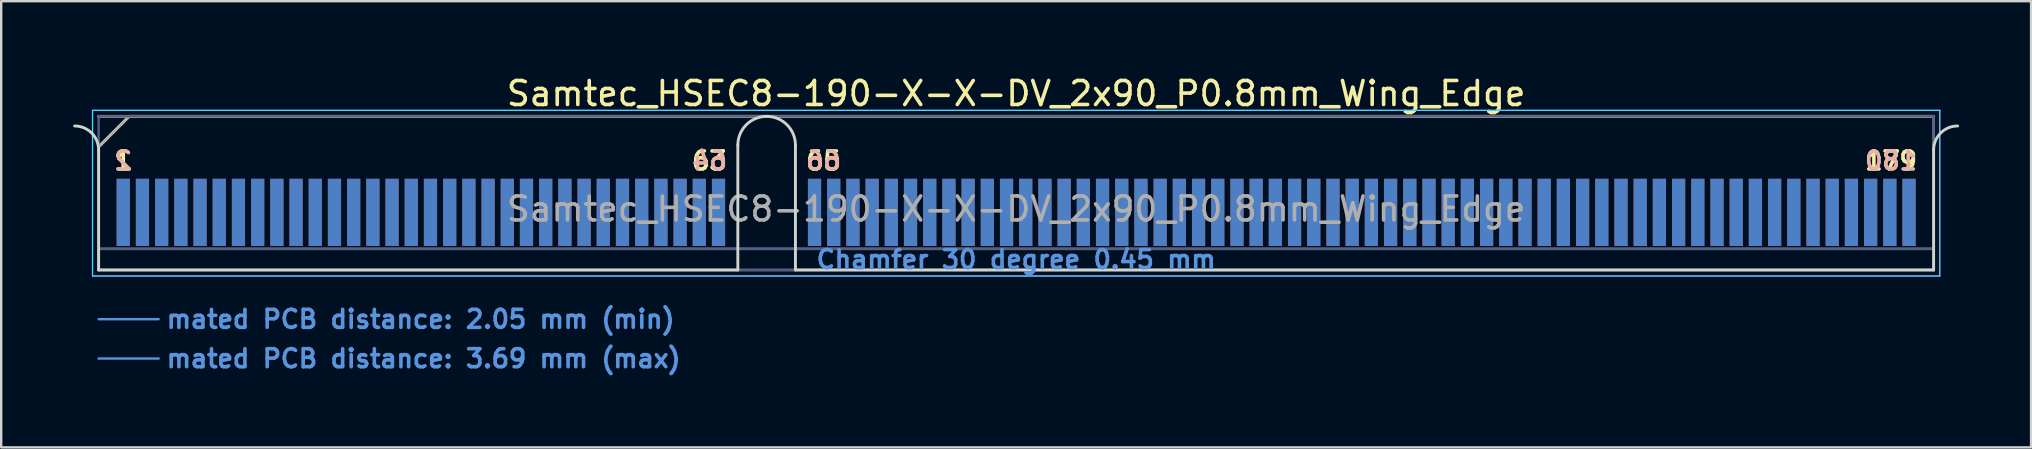
<source format=kicad_pcb>
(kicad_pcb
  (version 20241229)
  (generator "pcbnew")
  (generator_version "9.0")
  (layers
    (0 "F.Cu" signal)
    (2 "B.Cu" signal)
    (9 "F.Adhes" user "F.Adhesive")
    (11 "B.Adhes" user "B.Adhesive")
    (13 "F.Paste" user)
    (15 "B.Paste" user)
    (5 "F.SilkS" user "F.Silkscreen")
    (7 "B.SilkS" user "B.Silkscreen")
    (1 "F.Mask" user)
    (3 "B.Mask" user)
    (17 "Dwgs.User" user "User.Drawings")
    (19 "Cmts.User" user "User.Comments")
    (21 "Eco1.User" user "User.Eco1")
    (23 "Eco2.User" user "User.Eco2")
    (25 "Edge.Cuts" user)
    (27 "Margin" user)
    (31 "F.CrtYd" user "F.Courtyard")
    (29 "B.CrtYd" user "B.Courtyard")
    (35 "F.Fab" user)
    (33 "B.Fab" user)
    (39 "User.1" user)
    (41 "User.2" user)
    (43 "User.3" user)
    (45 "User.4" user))
  (footprint "Samtec_HSEC8-190-X-X-DV_2x90_P0.8mm_Wing_Edge"
    (layer "F.Cu")
    (at 39.285 8.198)
    (property "Reference" "Samtec_HSEC8-190-X-X-DV_2x90_P0.8mm_Wing_Edge" (at 0 -7.35 0) (layer "F.SilkS") (effects (font (size 1 1) (thickness 0.15))))
    (attr exclude_from_pos_files exclude_from_bom)
    (fp_line (start -38.225 -5.13) (end -36.955 -6.4) (stroke (width 0.12) (type solid)) (layer "F.SilkS"))
    (fp_line (start -36.955 -6.4) (end 38.225 -6.4) (stroke (width 0.12) (type solid)) (layer "F.SilkS"))
    (fp_line (start -38.225 -6.4) (end -38.225 -6.4) (stroke (width 0.12) (type solid)) (layer "B.SilkS"))
    (fp_line (start -38.225 -6.4) (end 38.225 -6.4) (stroke (width 0.12) (type solid)) (layer "B.SilkS"))
    (fp_line (start -38.225 2.05) (end -35.725 2.05) (stroke (width 0.1) (type solid)) (layer "Cmts.User"))
    (fp_line (start -38.225 3.69) (end -35.725 3.69) (stroke (width 0.1) (type solid)) (layer "Cmts.User"))
    (fp_line (start -38.225 -5) (end -38.225 0) (stroke (width 0.12) (type solid)) (layer "Edge.Cuts"))
    (fp_line (start -38.225 0) (end -11.595 0) (stroke (width 0.12) (type solid)) (layer "Edge.Cuts"))
    (fp_line (start -11.595 0) (end -11.595 -5.2) (stroke (width 0.12) (type solid)) (layer "Edge.Cuts"))
    (fp_line (start -9.195 -5.2) (end -9.195 0) (stroke (width 0.12) (type solid)) (layer "Edge.Cuts"))
    (fp_line (start -9.195 0) (end 38.225 0) (stroke (width 0.12) (type solid)) (layer "Edge.Cuts"))
    (fp_line (start 38.225 0) (end 38.225 -5) (stroke (width 0.12) (type solid)) (layer "Edge.Cuts"))
    (fp_arc (start -39.225 -6) (mid -38.517893 -5.707107) (end -38.225 -5) (stroke (width 0.12) (type solid)) (layer "Edge.Cuts"))
    (fp_arc (start -11.595 -5.2) (mid -10.395 -6.4) (end -9.195 -5.2) (stroke (width 0.12) (type solid)) (layer "Edge.Cuts"))
    (fp_arc (start 38.225 -5) (mid 38.517893 -5.707107) (end 39.225 -6) (stroke (width 0.12) (type solid)) (layer "Edge.Cuts"))
    (fp_line (start -38.48 -6.65) (end -38.48 0.25) (stroke (width 0.05) (type solid)) (layer "B.CrtYd"))
    (fp_line (start -38.48 0.25) (end 38.48 0.25) (stroke (width 0.05) (type solid)) (layer "B.CrtYd"))
    (fp_line (start 38.48 -6.65) (end -38.48 -6.65) (stroke (width 0.05) (type solid)) (layer "B.CrtYd"))
    (fp_line (start 38.48 0.25) (end 38.48 -6.65) (stroke (width 0.05) (type solid)) (layer "B.CrtYd"))
    (fp_line (start -38.48 -6.65) (end -38.48 0.25) (stroke (width 0.05) (type solid)) (layer "F.CrtYd"))
    (fp_line (start -38.48 0.25) (end 38.48 0.25) (stroke (width 0.05) (type solid)) (layer "F.CrtYd"))
    (fp_line (start 38.48 -6.65) (end -38.48 -6.65) (stroke (width 0.05) (type solid)) (layer "F.CrtYd"))
    (fp_line (start 38.48 0.25) (end 38.48 -6.65) (stroke (width 0.05) (type solid)) (layer "F.CrtYd"))
    (fp_line (start -38.225 -6.4) (end -38.225 -6.4) (stroke (width 0.1) (type solid)) (layer "B.Fab"))
    (fp_line (start -38.225 -6.4) (end -38.225 0) (stroke (width 0.1) (type solid)) (layer "B.Fab"))
    (fp_line (start -38.225 -6.4) (end 38.225 -6.4) (stroke (width 0.1) (type solid)) (layer "B.Fab"))
    (fp_line (start -38.225 -0.88) (end 38.225 -0.88) (stroke (width 0.1) (type solid)) (layer "B.Fab"))
    (fp_line (start -38.225 0) (end 38.225 0) (stroke (width 0.1) (type solid)) (layer "B.Fab"))
    (fp_line (start 38.225 -6.4) (end 38.225 0) (stroke (width 0.1) (type solid)) (layer "B.Fab"))
    (fp_line (start -38.225 -5.13) (end -38.225 0) (stroke (width 0.1) (type solid)) (layer "F.Fab"))
    (fp_line (start -38.225 -5.13) (end -36.955 -6.4) (stroke (width 0.1) (type solid)) (layer "F.Fab"))
    (fp_line (start -38.225 -0.88) (end 38.225 -0.88) (stroke (width 0.1) (type solid)) (layer "F.Fab"))
    (fp_line (start -38.225 0) (end 38.225 0) (stroke (width 0.1) (type solid)) (layer "F.Fab"))
    (fp_line (start -36.955 -6.4) (end 38.225 -6.4) (stroke (width 0.1) (type solid)) (layer "F.Fab"))
    (fp_line (start 38.225 -6.4) (end 38.225 0) (stroke (width 0.1) (type solid)) (layer "F.Fab"))
    (fp_text user "63" (at -12.775 -4.55 0) (layer "F.SilkS") (effects (font (size 0.75 0.75) (thickness 0.15))))
    (fp_text user "179" (at 36.45 -4.55 0) (layer "F.SilkS") (effects (font (size 0.75 0.75) (thickness 0.15))))
    (fp_text user "1" (at -37.2 -4.55 0) (layer "F.SilkS") (effects (font (size 0.75 0.75) (thickness 0.15))))
    (fp_text user "65" (at -8.025 -4.55 0) (layer "F.SilkS") (effects (font (size 0.75 0.75) (thickness 0.15))))
    (fp_text user "66" (at -8.025 -4.55 0) (layer "B.SilkS") (effects (font (size 0.75 0.75) (thickness 0.15)) (justify mirror)))
    (fp_text user "64" (at -12.775 -4.55 0) (layer "B.SilkS") (effects (font (size 0.75 0.75) (thickness 0.15)) (justify mirror)))
    (fp_text user "2" (at -37.2 -4.55 0) (layer "B.SilkS") (effects (font (size 0.75 0.75) (thickness 0.15)) (justify mirror)))
    (fp_text user "180" (at 36.45 -4.55 0) (layer "B.SilkS") (effects (font (size 0.75 0.75) (thickness 0.15)) (justify mirror)))
    (fp_text user "mated PCB distance: 2.05 mm (min)" (at -35.48 2.05 0) (layer "Cmts.User") (effects (font (size 0.75 0.75) (thickness 0.15)) (justify left)))
    (fp_text user "Chamfer 30 degree 0.45 mm" (at 0 -0.44 0) (layer "Cmts.User") (effects (font (size 0.75 0.75) (thickness 0.15))))
    (fp_text user "mated PCB distance: 3.69 mm (max)" (at -35.48 3.69 0) (layer "Cmts.User") (effects (font (size 0.75 0.75) (thickness 0.15)) (justify left)))
    (fp_text user "${REFERENCE}" (at 0 -2.54 0) (layer "F.Fab") (effects (font (size 1 1) (thickness 0.15))))
    (pad "1" connect rect (at -37.2 -2.4) (size 0.55 2.8) (layers "F.Cu" "F.Mask"))
    (pad "2" connect rect (at -37.2 -2.4) (size 0.55 2.8) (layers "B.Cu" "B.Mask"))
    (pad "3" connect rect (at -36.4 -2.4) (size 0.55 2.8) (layers "F.Cu" "F.Mask"))
    (pad "4" connect rect (at -36.4 -2.4) (size 0.55 2.8) (layers "B.Cu" "B.Mask"))
    (pad "5" connect rect (at -35.6 -2.4) (size 0.55 2.8) (layers "F.Cu" "F.Mask"))
    (pad "6" connect rect (at -35.6 -2.4) (size 0.55 2.8) (layers "B.Cu" "B.Mask"))
    (pad "7" connect rect (at -34.8 -2.4) (size 0.55 2.8) (layers "F.Cu" "F.Mask"))
    (pad "8" connect rect (at -34.8 -2.4) (size 0.55 2.8) (layers "B.Cu" "B.Mask"))
    (pad "9" connect rect (at -34 -2.4) (size 0.55 2.8) (layers "F.Cu" "F.Mask"))
    (pad "10" connect rect (at -34 -2.4) (size 0.55 2.8) (layers "B.Cu" "B.Mask"))
    (pad "11" connect rect (at -33.2 -2.4) (size 0.55 2.8) (layers "F.Cu" "F.Mask"))
    (pad "12" connect rect (at -33.2 -2.4) (size 0.55 2.8) (layers "B.Cu" "B.Mask"))
    (pad "13" connect rect (at -32.4 -2.4) (size 0.55 2.8) (layers "F.Cu" "F.Mask"))
    (pad "14" connect rect (at -32.4 -2.4) (size 0.55 2.8) (layers "B.Cu" "B.Mask"))
    (pad "15" connect rect (at -31.6 -2.4) (size 0.55 2.8) (layers "F.Cu" "F.Mask"))
    (pad "16" connect rect (at -31.6 -2.4) (size 0.55 2.8) (layers "B.Cu" "B.Mask"))
    (pad "17" connect rect (at -30.8 -2.4) (size 0.55 2.8) (layers "F.Cu" "F.Mask"))
    (pad "18" connect rect (at -30.8 -2.4) (size 0.55 2.8) (layers "B.Cu" "B.Mask"))
    (pad "19" connect rect (at -30 -2.4) (size 0.55 2.8) (layers "F.Cu" "F.Mask"))
    (pad "20" connect rect (at -30 -2.4) (size 0.55 2.8) (layers "B.Cu" "B.Mask"))
    (pad "21" connect rect (at -29.2 -2.4) (size 0.55 2.8) (layers "F.Cu" "F.Mask"))
    (pad "22" connect rect (at -29.2 -2.4) (size 0.55 2.8) (layers "B.Cu" "B.Mask"))
    (pad "23" connect rect (at -28.4 -2.4) (size 0.55 2.8) (layers "F.Cu" "F.Mask"))
    (pad "24" connect rect (at -28.4 -2.4) (size 0.55 2.8) (layers "B.Cu" "B.Mask"))
    (pad "25" connect rect (at -27.6 -2.4) (size 0.55 2.8) (layers "F.Cu" "F.Mask"))
    (pad "26" connect rect (at -27.6 -2.4) (size 0.55 2.8) (layers "B.Cu" "B.Mask"))
    (pad "27" connect rect (at -26.8 -2.4) (size 0.55 2.8) (layers "F.Cu" "F.Mask"))
    (pad "28" connect rect (at -26.8 -2.4) (size 0.55 2.8) (layers "B.Cu" "B.Mask"))
    (pad "29" connect rect (at -26 -2.4) (size 0.55 2.8) (layers "F.Cu" "F.Mask"))
    (pad "30" connect rect (at -26 -2.4) (size 0.55 2.8) (layers "B.Cu" "B.Mask"))
    (pad "31" connect rect (at -25.2 -2.4) (size 0.55 2.8) (layers "F.Cu" "F.Mask"))
    (pad "32" connect rect (at -25.2 -2.4) (size 0.55 2.8) (layers "B.Cu" "B.Mask"))
    (pad "33" connect rect (at -24.4 -2.4) (size 0.55 2.8) (layers "F.Cu" "F.Mask"))
    (pad "34" connect rect (at -24.4 -2.4) (size 0.55 2.8) (layers "B.Cu" "B.Mask"))
    (pad "35" connect rect (at -23.6 -2.4) (size 0.55 2.8) (layers "F.Cu" "F.Mask"))
    (pad "36" connect rect (at -23.6 -2.4) (size 0.55 2.8) (layers "B.Cu" "B.Mask"))
    (pad "37" connect rect (at -22.8 -2.4) (size 0.55 2.8) (layers "F.Cu" "F.Mask"))
    (pad "38" connect rect (at -22.8 -2.4) (size 0.55 2.8) (layers "B.Cu" "B.Mask"))
    (pad "39" connect rect (at -22 -2.4) (size 0.55 2.8) (layers "F.Cu" "F.Mask"))
    (pad "40" connect rect (at -22 -2.4) (size 0.55 2.8) (layers "B.Cu" "B.Mask"))
    (pad "41" connect rect (at -21.2 -2.4) (size 0.55 2.8) (layers "F.Cu" "F.Mask"))
    (pad "42" connect rect (at -21.2 -2.4) (size 0.55 2.8) (layers "B.Cu" "B.Mask"))
    (pad "43" connect rect (at -20.4 -2.4) (size 0.55 2.8) (layers "F.Cu" "F.Mask"))
    (pad "44" connect rect (at -20.4 -2.4) (size 0.55 2.8) (layers "B.Cu" "B.Mask"))
    (pad "45" connect rect (at -19.6 -2.4) (size 0.55 2.8) (layers "F.Cu" "F.Mask"))
    (pad "46" connect rect (at -19.6 -2.4) (size 0.55 2.8) (layers "B.Cu" "B.Mask"))
    (pad "47" connect rect (at -18.8 -2.4) (size 0.55 2.8) (layers "F.Cu" "F.Mask"))
    (pad "48" connect rect (at -18.8 -2.4) (size 0.55 2.8) (layers "B.Cu" "B.Mask"))
    (pad "49" connect rect (at -18 -2.4) (size 0.55 2.8) (layers "F.Cu" "F.Mask"))
    (pad "50" connect rect (at -18 -2.4) (size 0.55 2.8) (layers "B.Cu" "B.Mask"))
    (pad "51" connect rect (at -17.2 -2.4) (size 0.55 2.8) (layers "F.Cu" "F.Mask"))
    (pad "52" connect rect (at -17.2 -2.4) (size 0.55 2.8) (layers "B.Cu" "B.Mask"))
    (pad "53" connect rect (at -16.4 -2.4) (size 0.55 2.8) (layers "F.Cu" "F.Mask"))
    (pad "54" connect rect (at -16.4 -2.4) (size 0.55 2.8) (layers "B.Cu" "B.Mask"))
    (pad "55" connect rect (at -15.6 -2.4) (size 0.55 2.8) (layers "F.Cu" "F.Mask"))
    (pad "56" connect rect (at -15.6 -2.4) (size 0.55 2.8) (layers "B.Cu" "B.Mask"))
    (pad "57" connect rect (at -14.8 -2.4) (size 0.55 2.8) (layers "F.Cu" "F.Mask"))
    (pad "58" connect rect (at -14.8 -2.4) (size 0.55 2.8) (layers "B.Cu" "B.Mask"))
    (pad "59" connect rect (at -14 -2.4) (size 0.55 2.8) (layers "F.Cu" "F.Mask"))
    (pad "60" connect rect (at -14 -2.4) (size 0.55 2.8) (layers "B.Cu" "B.Mask"))
    (pad "61" connect rect (at -13.2 -2.4) (size 0.55 2.8) (layers "F.Cu" "F.Mask"))
    (pad "62" connect rect (at -13.2 -2.4) (size 0.55 2.8) (layers "B.Cu" "B.Mask"))
    (pad "63" connect rect (at -12.4 -2.4) (size 0.55 2.8) (layers "F.Cu" "F.Mask"))
    (pad "64" connect rect (at -12.4 -2.4) (size 0.55 2.8) (layers "B.Cu" "B.Mask"))
    (pad "65" connect rect (at -8.4 -2.4) (size 0.55 2.8) (layers "F.Cu" "F.Mask"))
    (pad "66" connect rect (at -8.4 -2.4) (size 0.55 2.8) (layers "B.Cu" "B.Mask"))
    (pad "67" connect rect (at -7.6 -2.4) (size 0.55 2.8) (layers "F.Cu" "F.Mask"))
    (pad "68" connect rect (at -7.6 -2.4) (size 0.55 2.8) (layers "B.Cu" "B.Mask"))
    (pad "69" connect rect (at -6.8 -2.4) (size 0.55 2.8) (layers "F.Cu" "F.Mask"))
    (pad "70" connect rect (at -6.8 -2.4) (size 0.55 2.8) (layers "B.Cu" "B.Mask"))
    (pad "71" connect rect (at -6 -2.4) (size 0.55 2.8) (layers "F.Cu" "F.Mask"))
    (pad "72" connect rect (at -6 -2.4) (size 0.55 2.8) (layers "B.Cu" "B.Mask"))
    (pad "73" connect rect (at -5.2 -2.4) (size 0.55 2.8) (layers "F.Cu" "F.Mask"))
    (pad "74" connect rect (at -5.2 -2.4) (size 0.55 2.8) (layers "B.Cu" "B.Mask"))
    (pad "75" connect rect (at -4.4 -2.4) (size 0.55 2.8) (layers "F.Cu" "F.Mask"))
    (pad "76" connect rect (at -4.4 -2.4) (size 0.55 2.8) (layers "B.Cu" "B.Mask"))
    (pad "77" connect rect (at -3.6 -2.4) (size 0.55 2.8) (layers "F.Cu" "F.Mask"))
    (pad "78" connect rect (at -3.6 -2.4) (size 0.55 2.8) (layers "B.Cu" "B.Mask"))
    (pad "79" connect rect (at -2.8 -2.4) (size 0.55 2.8) (layers "F.Cu" "F.Mask"))
    (pad "80" connect rect (at -2.8 -2.4) (size 0.55 2.8) (layers "B.Cu" "B.Mask"))
    (pad "81" connect rect (at -2 -2.4) (size 0.55 2.8) (layers "F.Cu" "F.Mask"))
    (pad "82" connect rect (at -2 -2.4) (size 0.55 2.8) (layers "B.Cu" "B.Mask"))
    (pad "83" connect rect (at -1.2 -2.4) (size 0.55 2.8) (layers "F.Cu" "F.Mask"))
    (pad "84" connect rect (at -1.2 -2.4) (size 0.55 2.8) (layers "B.Cu" "B.Mask"))
    (pad "85" connect rect (at -0.4 -2.4) (size 0.55 2.8) (layers "F.Cu" "F.Mask"))
    (pad "86" connect rect (at -0.4 -2.4) (size 0.55 2.8) (layers "B.Cu" "B.Mask"))
    (pad "87" connect rect (at 0.4 -2.4) (size 0.55 2.8) (layers "F.Cu" "F.Mask"))
    (pad "88" connect rect (at 0.4 -2.4) (size 0.55 2.8) (layers "B.Cu" "B.Mask"))
    (pad "89" connect rect (at 1.2 -2.4) (size 0.55 2.8) (layers "F.Cu" "F.Mask"))
    (pad "90" connect rect (at 1.2 -2.4) (size 0.55 2.8) (layers "B.Cu" "B.Mask"))
    (pad "91" connect rect (at 2 -2.4) (size 0.55 2.8) (layers "F.Cu" "F.Mask"))
    (pad "92" connect rect (at 2 -2.4) (size 0.55 2.8) (layers "B.Cu" "B.Mask"))
    (pad "93" connect rect (at 2.8 -2.4) (size 0.55 2.8) (layers "F.Cu" "F.Mask"))
    (pad "94" connect rect (at 2.8 -2.4) (size 0.55 2.8) (layers "B.Cu" "B.Mask"))
    (pad "95" connect rect (at 3.6 -2.4) (size 0.55 2.8) (layers "F.Cu" "F.Mask"))
    (pad "96" connect rect (at 3.6 -2.4) (size 0.55 2.8) (layers "B.Cu" "B.Mask"))
    (pad "97" connect rect (at 4.4 -2.4) (size 0.55 2.8) (layers "F.Cu" "F.Mask"))
    (pad "98" connect rect (at 4.4 -2.4) (size 0.55 2.8) (layers "B.Cu" "B.Mask"))
    (pad "99" connect rect (at 5.2 -2.4) (size 0.55 2.8) (layers "F.Cu" "F.Mask"))
    (pad "100" connect rect (at 5.2 -2.4) (size 0.55 2.8) (layers "B.Cu" "B.Mask"))
    (pad "101" connect rect (at 6 -2.4) (size 0.55 2.8) (layers "F.Cu" "F.Mask"))
    (pad "102" connect rect (at 6 -2.4) (size 0.55 2.8) (layers "B.Cu" "B.Mask"))
    (pad "103" connect rect (at 6.8 -2.4) (size 0.55 2.8) (layers "F.Cu" "F.Mask"))
    (pad "104" connect rect (at 6.8 -2.4) (size 0.55 2.8) (layers "B.Cu" "B.Mask"))
    (pad "105" connect rect (at 7.6 -2.4) (size 0.55 2.8) (layers "F.Cu" "F.Mask"))
    (pad "106" connect rect (at 7.6 -2.4) (size 0.55 2.8) (layers "B.Cu" "B.Mask"))
    (pad "107" connect rect (at 8.4 -2.4) (size 0.55 2.8) (layers "F.Cu" "F.Mask"))
    (pad "108" connect rect (at 8.4 -2.4) (size 0.55 2.8) (layers "B.Cu" "B.Mask"))
    (pad "109" connect rect (at 9.2 -2.4) (size 0.55 2.8) (layers "F.Cu" "F.Mask"))
    (pad "110" connect rect (at 9.2 -2.4) (size 0.55 2.8) (layers "B.Cu" "B.Mask"))
    (pad "111" connect rect (at 10 -2.4) (size 0.55 2.8) (layers "F.Cu" "F.Mask"))
    (pad "112" connect rect (at 10 -2.4) (size 0.55 2.8) (layers "B.Cu" "B.Mask"))
    (pad "113" connect rect (at 10.8 -2.4) (size 0.55 2.8) (layers "F.Cu" "F.Mask"))
    (pad "114" connect rect (at 10.8 -2.4) (size 0.55 2.8) (layers "B.Cu" "B.Mask"))
    (pad "115" connect rect (at 11.6 -2.4) (size 0.55 2.8) (layers "F.Cu" "F.Mask"))
    (pad "116" connect rect (at 11.6 -2.4) (size 0.55 2.8) (layers "B.Cu" "B.Mask"))
    (pad "117" connect rect (at 12.4 -2.4) (size 0.55 2.8) (layers "F.Cu" "F.Mask"))
    (pad "118" connect rect (at 12.4 -2.4) (size 0.55 2.8) (layers "B.Cu" "B.Mask"))
    (pad "119" connect rect (at 13.2 -2.4) (size 0.55 2.8) (layers "F.Cu" "F.Mask"))
    (pad "120" connect rect (at 13.2 -2.4) (size 0.55 2.8) (layers "B.Cu" "B.Mask"))
    (pad "121" connect rect (at 14 -2.4) (size 0.55 2.8) (layers "F.Cu" "F.Mask"))
    (pad "122" connect rect (at 14 -2.4) (size 0.55 2.8) (layers "B.Cu" "B.Mask"))
    (pad "123" connect rect (at 14.8 -2.4) (size 0.55 2.8) (layers "F.Cu" "F.Mask"))
    (pad "124" connect rect (at 14.8 -2.4) (size 0.55 2.8) (layers "B.Cu" "B.Mask"))
    (pad "125" connect rect (at 15.6 -2.4) (size 0.55 2.8) (layers "F.Cu" "F.Mask"))
    (pad "126" connect rect (at 15.6 -2.4) (size 0.55 2.8) (layers "B.Cu" "B.Mask"))
    (pad "127" connect rect (at 16.4 -2.4) (size 0.55 2.8) (layers "F.Cu" "F.Mask"))
    (pad "128" connect rect (at 16.4 -2.4) (size 0.55 2.8) (layers "B.Cu" "B.Mask"))
    (pad "129" connect rect (at 17.2 -2.4) (size 0.55 2.8) (layers "F.Cu" "F.Mask"))
    (pad "130" connect rect (at 17.2 -2.4) (size 0.55 2.8) (layers "B.Cu" "B.Mask"))
    (pad "131" connect rect (at 18 -2.4) (size 0.55 2.8) (layers "F.Cu" "F.Mask"))
    (pad "132" connect rect (at 18 -2.4) (size 0.55 2.8) (layers "B.Cu" "B.Mask"))
    (pad "133" connect rect (at 18.8 -2.4) (size 0.55 2.8) (layers "F.Cu" "F.Mask"))
    (pad "134" connect rect (at 18.8 -2.4) (size 0.55 2.8) (layers "B.Cu" "B.Mask"))
    (pad "135" connect rect (at 19.6 -2.4) (size 0.55 2.8) (layers "F.Cu" "F.Mask"))
    (pad "136" connect rect (at 19.6 -2.4) (size 0.55 2.8) (layers "B.Cu" "B.Mask"))
    (pad "137" connect rect (at 20.4 -2.4) (size 0.55 2.8) (layers "F.Cu" "F.Mask"))
    (pad "138" connect rect (at 20.4 -2.4) (size 0.55 2.8) (layers "B.Cu" "B.Mask"))
    (pad "139" connect rect (at 21.2 -2.4) (size 0.55 2.8) (layers "F.Cu" "F.Mask"))
    (pad "140" connect rect (at 21.2 -2.4) (size 0.55 2.8) (layers "B.Cu" "B.Mask"))
    (pad "141" connect rect (at 22 -2.4) (size 0.55 2.8) (layers "F.Cu" "F.Mask"))
    (pad "142" connect rect (at 22 -2.4) (size 0.55 2.8) (layers "B.Cu" "B.Mask"))
    (pad "143" connect rect (at 22.8 -2.4) (size 0.55 2.8) (layers "F.Cu" "F.Mask"))
    (pad "144" connect rect (at 22.8 -2.4) (size 0.55 2.8) (layers "B.Cu" "B.Mask"))
    (pad "145" connect rect (at 23.6 -2.4) (size 0.55 2.8) (layers "F.Cu" "F.Mask"))
    (pad "146" connect rect (at 23.6 -2.4) (size 0.55 2.8) (layers "B.Cu" "B.Mask"))
    (pad "147" connect rect (at 24.4 -2.4) (size 0.55 2.8) (layers "F.Cu" "F.Mask"))
    (pad "148" connect rect (at 24.4 -2.4) (size 0.55 2.8) (layers "B.Cu" "B.Mask"))
    (pad "149" connect rect (at 25.2 -2.4) (size 0.55 2.8) (layers "F.Cu" "F.Mask"))
    (pad "150" connect rect (at 25.2 -2.4) (size 0.55 2.8) (layers "B.Cu" "B.Mask"))
    (pad "151" connect rect (at 26 -2.4) (size 0.55 2.8) (layers "F.Cu" "F.Mask"))
    (pad "152" connect rect (at 26 -2.4) (size 0.55 2.8) (layers "B.Cu" "B.Mask"))
    (pad "153" connect rect (at 26.8 -2.4) (size 0.55 2.8) (layers "F.Cu" "F.Mask"))
    (pad "154" connect rect (at 26.8 -2.4) (size 0.55 2.8) (layers "B.Cu" "B.Mask"))
    (pad "155" connect rect (at 27.6 -2.4) (size 0.55 2.8) (layers "F.Cu" "F.Mask"))
    (pad "156" connect rect (at 27.6 -2.4) (size 0.55 2.8) (layers "B.Cu" "B.Mask"))
    (pad "157" connect rect (at 28.4 -2.4) (size 0.55 2.8) (layers "F.Cu" "F.Mask"))
    (pad "158" connect rect (at 28.4 -2.4) (size 0.55 2.8) (layers "B.Cu" "B.Mask"))
    (pad "159" connect rect (at 29.2 -2.4) (size 0.55 2.8) (layers "F.Cu" "F.Mask"))
    (pad "160" connect rect (at 29.2 -2.4) (size 0.55 2.8) (layers "B.Cu" "B.Mask"))
    (pad "161" connect rect (at 30 -2.4) (size 0.55 2.8) (layers "F.Cu" "F.Mask"))
    (pad "162" connect rect (at 30 -2.4) (size 0.55 2.8) (layers "B.Cu" "B.Mask"))
    (pad "163" connect rect (at 30.8 -2.4) (size 0.55 2.8) (layers "F.Cu" "F.Mask"))
    (pad "164" connect rect (at 30.8 -2.4) (size 0.55 2.8) (layers "B.Cu" "B.Mask"))
    (pad "165" connect rect (at 31.6 -2.4) (size 0.55 2.8) (layers "F.Cu" "F.Mask"))
    (pad "166" connect rect (at 31.6 -2.4) (size 0.55 2.8) (layers "B.Cu" "B.Mask"))
    (pad "167" connect rect (at 32.4 -2.4) (size 0.55 2.8) (layers "F.Cu" "F.Mask"))
    (pad "168" connect rect (at 32.4 -2.4) (size 0.55 2.8) (layers "B.Cu" "B.Mask"))
    (pad "169" connect rect (at 33.2 -2.4) (size 0.55 2.8) (layers "F.Cu" "F.Mask"))
    (pad "170" connect rect (at 33.2 -2.4) (size 0.55 2.8) (layers "B.Cu" "B.Mask"))
    (pad "171" connect rect (at 34 -2.4) (size 0.55 2.8) (layers "F.Cu" "F.Mask"))
    (pad "172" connect rect (at 34 -2.4) (size 0.55 2.8) (layers "B.Cu" "B.Mask"))
    (pad "173" connect rect (at 34.8 -2.4) (size 0.55 2.8) (layers "F.Cu" "F.Mask"))
    (pad "174" connect rect (at 34.8 -2.4) (size 0.55 2.8) (layers "B.Cu" "B.Mask"))
    (pad "175" connect rect (at 35.6 -2.4) (size 0.55 2.8) (layers "F.Cu" "F.Mask"))
    (pad "176" connect rect (at 35.6 -2.4) (size 0.55 2.8) (layers "B.Cu" "B.Mask"))
    (pad "177" connect rect (at 36.4 -2.4) (size 0.55 2.8) (layers "F.Cu" "F.Mask"))
    (pad "178" connect rect (at 36.4 -2.4) (size 0.55 2.8) (layers "B.Cu" "B.Mask"))
    (pad "179" connect rect (at 37.2 -2.4) (size 0.55 2.8) (layers "F.Cu" "F.Mask"))
    (pad "180" connect rect (at 37.2 -2.4) (size 0.55 2.8) (layers "B.Cu" "B.Mask")))
  (gr_rect
    (start -3 -3)
    (end 81.57 15.59)
    (stroke (width 0.1) (type default))
    (fill no)
    (layer "Edge.Cuts")))
</source>
